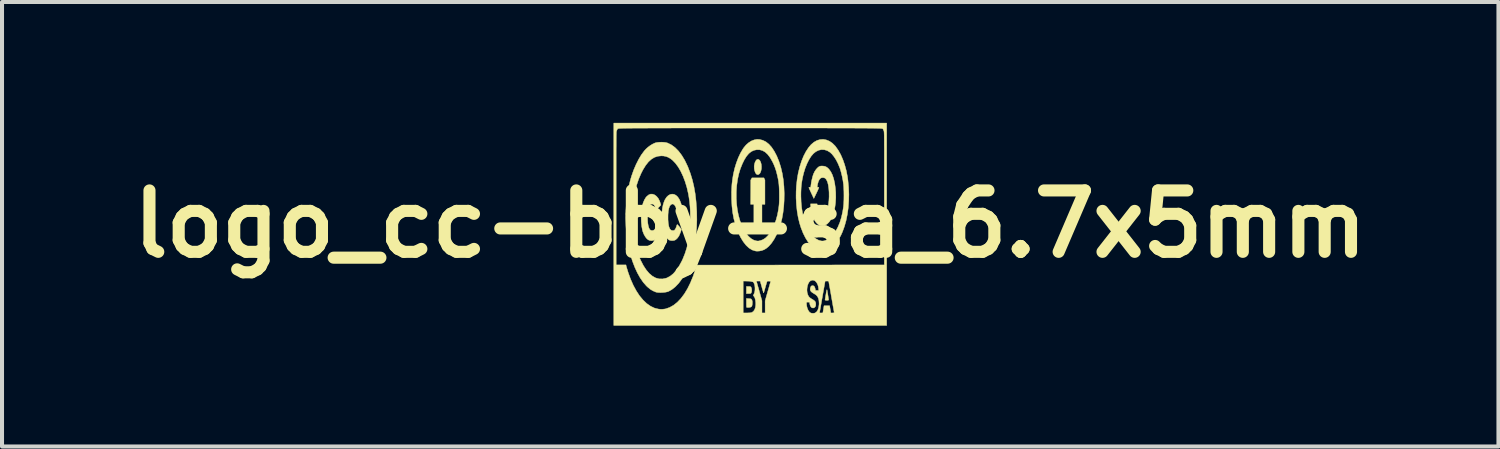
<source format=kicad_pcb>
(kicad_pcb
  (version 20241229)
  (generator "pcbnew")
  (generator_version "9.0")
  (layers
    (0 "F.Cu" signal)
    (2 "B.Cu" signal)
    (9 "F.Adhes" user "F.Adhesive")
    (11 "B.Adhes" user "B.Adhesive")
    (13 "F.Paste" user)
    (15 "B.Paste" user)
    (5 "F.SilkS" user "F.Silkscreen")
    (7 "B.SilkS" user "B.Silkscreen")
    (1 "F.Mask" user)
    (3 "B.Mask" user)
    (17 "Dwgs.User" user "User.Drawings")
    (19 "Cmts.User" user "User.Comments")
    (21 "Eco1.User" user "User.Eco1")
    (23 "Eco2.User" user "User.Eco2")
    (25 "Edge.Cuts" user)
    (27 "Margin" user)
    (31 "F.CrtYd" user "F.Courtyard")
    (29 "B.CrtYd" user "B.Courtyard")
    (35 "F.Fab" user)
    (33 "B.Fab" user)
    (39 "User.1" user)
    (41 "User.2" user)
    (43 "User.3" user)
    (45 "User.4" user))
  (footprint "logo_cc-bby-sa_6.7x5mm"
    (layer "F.Cu")
    (at 15.574 2.512)
    (property "Reference" "logo_cc-bby-sa_6.7x5mm" (at 0 0 0) (layer "F.SilkS") (effects (font (size 1.524 1.524) (thickness 0.3))))
    (attr through_hole)
    (fp_poly (pts (xy 0.352 -1.12) (xy 0.365 -1.093) (xy 0.365 -0.49) (xy 0.291 -0.49) (xy 0.291 0.178) (xy 0.09 0.178) (xy 0.09 -0.49) (xy 0.01 -0.49) (xy 0.012 -0.792) (xy 0.013 -1.094) (xy 0.028 -1.121) (xy 0.043 -1.147) (xy 0.339 -1.147) (xy 0.352 -1.12)) (stroke (width 0.01) (type solid)) (fill yes) (layer "F.SilkS"))
    (fp_poly (pts (xy -0.018 1.549) (xy -0.001 1.552) (xy 0.011 1.557) (xy 0.019 1.566) (xy 0.023 1.572) (xy 0.034 1.602) (xy 0.038 1.641) (xy 0.034 1.68) (xy 0.026 1.704) (xy 0.02 1.715) (xy 0.012 1.721) (xy -0.000166 1.725) (xy -0.019 1.726) (xy -0.04 1.727) (xy -0.095 1.727) (xy -0.095 1.549) (xy -0.043 1.549) (xy -0.018 1.549)) (stroke (width 0.01) (type solid)) (fill yes) (layer "F.SilkS"))
    (fp_poly (pts (xy 0.21 -1.603) (xy 0.237 -1.58) (xy 0.239 -1.577) (xy 0.26 -1.535) (xy 0.274 -1.484) (xy 0.279 -1.427) (xy 0.277 -1.37) (xy 0.266 -1.317) (xy 0.248 -1.272) (xy 0.236 -1.253) (xy 0.208 -1.231) (xy 0.178 -1.227) (xy 0.151 -1.241) (xy 0.128 -1.273) (xy 0.111 -1.32) (xy 0.1 -1.375) (xy 0.098 -1.432) (xy 0.1 -1.459) (xy 0.113 -1.517) (xy 0.132 -1.562) (xy 0.155 -1.593) (xy 0.182 -1.607) (xy 0.21 -1.603)) (stroke (width 0.01) (type solid)) (fill yes) (layer "F.SilkS"))
    (fp_poly (pts (xy 1.909 1.645) (xy 1.915 1.677) (xy 1.922 1.719) (xy 1.929 1.765) (xy 1.936 1.809) (xy 1.942 1.848) (xy 1.946 1.874) (xy 1.947 1.884) (xy 1.942 1.888) (xy 1.929 1.892) (xy 1.911 1.894) (xy 1.902 1.894) (xy 1.882 1.893) (xy 1.866 1.89) (xy 1.858 1.885) (xy 1.857 1.883) (xy 1.859 1.869) (xy 1.864 1.839) (xy 1.87 1.796) (xy 1.879 1.746) (xy 1.879 1.743) (xy 1.889 1.686) (xy 1.897 1.648) (xy 1.903 1.629) (xy 1.905 1.628) (xy 1.909 1.645)) (stroke (width 0.01) (type solid)) (fill yes) (layer "F.SilkS"))
    (fp_poly (pts (xy -0.035 1.851) (xy -0.008 1.853) (xy 0.01 1.856) (xy 0.022 1.86) (xy 0.03 1.867) (xy 0.037 1.878) (xy 0.04 1.882) (xy 0.048 1.903) (xy 0.052 1.926) (xy 0.052 1.96) (xy 0.052 1.965) (xy 0.049 2.003) (xy 0.043 2.031) (xy 0.032 2.05) (xy 0.013 2.061) (xy -0.013 2.068) (xy -0.033 2.07) (xy -0.056 2.071) (xy -0.075 2.07) (xy -0.088 2.068) (xy -0.091 2.066) (xy -0.093 2.052) (xy -0.094 2.02) (xy -0.095 1.978) (xy -0.095 1.952) (xy -0.095 1.847) (xy -0.035 1.851)) (stroke (width 0.01) (type solid)) (fill yes) (layer "F.SilkS"))
    (fp_poly (pts (xy -2.421 -0.743) (xy -2.373 -0.724) (xy -2.325 -0.688) (xy -2.283 -0.637) (xy -2.249 -0.571) (xy -2.227 -0.505) (xy -2.218 -0.473) (xy -2.275 -0.412) (xy -2.333 -0.35) (xy -2.35 -0.401) (xy -2.374 -0.453) (xy -2.402 -0.486) (xy -2.432 -0.498) (xy -2.443 -0.497) (xy -2.476 -0.483) (xy -2.502 -0.455) (xy -2.522 -0.411) (xy -2.536 -0.349) (xy -2.545 -0.27) (xy -2.549 -0.201) (xy -2.549 -0.108) (xy -2.543 -0.026) (xy -2.531 0.044) (xy -2.514 0.099) (xy -2.492 0.137) (xy -2.489 0.14) (xy -2.465 0.156) (xy -2.436 0.162) (xy -2.407 0.157) (xy -2.382 0.143) (xy -2.379 0.14) (xy -2.363 0.117) (xy -2.347 0.082) (xy -2.333 0.044) (xy -2.327 0.019) (xy -2.321 0.017) (xy -2.307 0.027) (xy -2.284 0.049) (xy -2.273 0.061) (xy -2.252 0.085) (xy -2.235 0.105) (xy -2.223 0.119) (xy -2.219 0.125) (xy -2.22 0.142) (xy -2.227 0.169) (xy -2.24 0.203) (xy -2.256 0.241) (xy -2.274 0.279) (xy -2.293 0.313) (xy -2.31 0.341) (xy -2.321 0.354) (xy -2.361 0.387) (xy -2.406 0.406) (xy -2.454 0.413) (xy -2.501 0.405) (xy -2.533 0.391) (xy -2.571 0.359) (xy -2.607 0.312) (xy -2.64 0.253) (xy -2.666 0.187) (xy -2.677 0.149) (xy -2.694 0.056) (xy -2.704 -0.048) (xy -2.708 -0.158) (xy -2.705 -0.267) (xy -2.695 -0.37) (xy -2.68 -0.454) (xy -2.657 -0.53) (xy -2.627 -0.601) (xy -2.592 -0.659) (xy -2.57 -0.685) (xy -2.521 -0.725) (xy -2.472 -0.744) (xy -2.421 -0.743)) (stroke (width 0.01) (type solid)) (fill yes) (layer "F.SilkS"))
    (fp_poly (pts (xy -1.891 -0.738) (xy -1.845 -0.715) (xy -1.802 -0.676) (xy -1.765 -0.622) (xy -1.762 -0.617) (xy -1.751 -0.593) (xy -1.737 -0.561) (xy -1.725 -0.529) (xy -1.715 -0.5) (xy -1.71 -0.48) (xy -1.709 -0.477) (xy -1.714 -0.47) (xy -1.726 -0.457) (xy -1.744 -0.437) (xy -1.766 -0.414) (xy -1.768 -0.412) (xy -1.792 -0.387) (xy -1.809 -0.37) (xy -1.82 -0.362) (xy -1.826 -0.361) (xy -1.83 -0.366) (xy -1.832 -0.371) (xy -1.852 -0.428) (xy -1.878 -0.47) (xy -1.907 -0.494) (xy -1.937 -0.498) (xy -1.94 -0.497) (xy -1.973 -0.479) (xy -2 -0.444) (xy -2.019 -0.393) (xy -2.033 -0.325) (xy -2.04 -0.239) (xy -2.041 -0.208) (xy -2.041 -0.109) (xy -2.035 -0.026) (xy -2.024 0.043) (xy -2.017 0.069) (xy -1.999 0.113) (xy -1.978 0.142) (xy -1.951 0.158) (xy -1.923 0.161) (xy -1.901 0.16) (xy -1.886 0.155) (xy -1.873 0.143) (xy -1.864 0.131) (xy -1.848 0.102) (xy -1.833 0.067) (xy -1.83 0.056) (xy -1.822 0.029) (xy -1.815 0.013) (xy -1.812 0.011) (xy -1.805 0.017) (xy -1.792 0.03) (xy -1.774 0.049) (xy -1.755 0.071) (xy -1.737 0.094) (xy -1.722 0.113) (xy -1.712 0.127) (xy -1.709 0.133) (xy -1.713 0.149) (xy -1.721 0.176) (xy -1.733 0.209) (xy -1.747 0.244) (xy -1.761 0.276) (xy -1.772 0.299) (xy -1.774 0.302) (xy -1.807 0.348) (xy -1.845 0.384) (xy -1.865 0.397) (xy -1.892 0.407) (xy -1.924 0.411) (xy -1.958 0.41) (xy -1.99 0.405) (xy -2.017 0.394) (xy -2.021 0.391) (xy -2.07 0.348) (xy -2.111 0.29) (xy -2.144 0.218) (xy -2.168 0.133) (xy -2.181 0.069) (xy -2.189 0.006) (xy -2.194 -0.063) (xy -2.196 -0.145) (xy -2.196 -0.171) (xy -2.192 -0.291) (xy -2.18 -0.398) (xy -2.16 -0.491) (xy -2.132 -0.573) (xy -2.114 -0.61) (xy -2.077 -0.667) (xy -2.034 -0.709) (xy -1.987 -0.735) (xy -1.939 -0.744) (xy -1.891 -0.738)) (stroke (width 0.01) (type solid)) (fill yes) (layer "F.SilkS"))
    (fp_poly (pts (xy 1.835 -1.437) (xy 1.875 -1.425) (xy 1.911 -1.403) (xy 1.947 -1.37) (xy 1.953 -1.364) (xy 2 -1.299) (xy 2.04 -1.219) (xy 2.072 -1.123) (xy 2.097 -1.013) (xy 2.114 -0.89) (xy 2.122 -0.789) (xy 2.124 -0.654) (xy 2.117 -0.527) (xy 2.101 -0.41) (xy 2.077 -0.302) (xy 2.046 -0.207) (xy 2.008 -0.124) (xy 1.964 -0.057) (xy 1.914 -0.005) (xy 1.859 0.028) (xy 1.8 0.043) (xy 1.783 0.044) (xy 1.758 0.041) (xy 1.732 0.036) (xy 1.711 0.028) (xy 1.709 0.027) (xy 1.67 -0.001) (xy 1.632 -0.041) (xy 1.599 -0.088) (xy 1.592 -0.1) (xy 1.562 -0.166) (xy 1.536 -0.248) (xy 1.516 -0.339) (xy 1.502 -0.432) (xy 1.5 -0.454) (xy 1.497 -0.501) (xy 1.66 -0.501) (xy 1.664 -0.453) (xy 1.673 -0.383) (xy 1.691 -0.328) (xy 1.717 -0.286) (xy 1.751 -0.259) (xy 1.788 -0.247) (xy 1.828 -0.251) (xy 1.862 -0.272) (xy 1.891 -0.311) (xy 1.903 -0.337) (xy 1.925 -0.404) (xy 1.942 -0.486) (xy 1.953 -0.58) (xy 1.958 -0.682) (xy 1.957 -0.788) (xy 1.95 -0.882) (xy 1.937 -0.972) (xy 1.918 -1.045) (xy 1.891 -1.101) (xy 1.871 -1.128) (xy 1.851 -1.142) (xy 1.825 -1.151) (xy 1.795 -1.153) (xy 1.767 -1.148) (xy 1.744 -1.137) (xy 1.716 -1.106) (xy 1.692 -1.057) (xy 1.674 -0.996) (xy 1.665 -0.944) (xy 1.663 -0.925) (xy 1.666 -0.916) (xy 1.677 -0.914) (xy 1.683 -0.914) (xy 1.696 -0.912) (xy 1.703 -0.907) (xy 1.704 -0.905) (xy 1.7 -0.895) (xy 1.69 -0.871) (xy 1.676 -0.838) (xy 1.657 -0.798) (xy 1.642 -0.766) (xy 1.579 -0.635) (xy 1.517 -0.766) (xy 1.497 -0.81) (xy 1.479 -0.849) (xy 1.465 -0.88) (xy 1.457 -0.899) (xy 1.455 -0.905) (xy 1.46 -0.91) (xy 1.472 -0.913) (xy 1.478 -0.914) (xy 1.501 -0.914) (xy 1.508 -0.973) (xy 1.517 -1.04) (xy 1.533 -1.114) (xy 1.551 -1.185) (xy 1.57 -1.243) (xy 1.6 -1.306) (xy 1.638 -1.361) (xy 1.681 -1.406) (xy 1.69 -1.413) (xy 1.709 -1.426) (xy 1.727 -1.434) (xy 1.746 -1.439) (xy 1.77 -1.441) (xy 1.789 -1.441) (xy 1.835 -1.437)) (stroke (width 0.01) (type solid)) (fill yes) (layer "F.SilkS"))
    (fp_poly (pts (xy 1.888 -2.089) (xy 1.964 -2.058) (xy 2.037 -2.009) (xy 2.105 -1.942) (xy 2.115 -1.93) (xy 2.183 -1.835) (xy 2.245 -1.725) (xy 2.299 -1.601) (xy 2.346 -1.466) (xy 2.385 -1.322) (xy 2.414 -1.171) (xy 2.425 -1.092) (xy 2.442 -0.916) (xy 2.449 -0.741) (xy 2.445 -0.569) (xy 2.433 -0.401) (xy 2.41 -0.239) (xy 2.379 -0.085) (xy 2.338 0.06) (xy 2.289 0.194) (xy 2.25 0.28) (xy 2.185 0.398) (xy 2.115 0.495) (xy 2.042 0.571) (xy 1.965 0.626) (xy 1.884 0.661) (xy 1.801 0.674) (xy 1.726 0.667) (xy 1.649 0.642) (xy 1.575 0.595) (xy 1.503 0.529) (xy 1.435 0.444) (xy 1.371 0.342) (xy 1.312 0.224) (xy 1.26 0.091) (xy 1.224 -0.023) (xy 1.19 -0.165) (xy 1.164 -0.317) (xy 1.147 -0.478) (xy 1.138 -0.644) (xy 1.138 -0.702) (xy 1.258 -0.702) (xy 1.263 -0.55) (xy 1.276 -0.408) (xy 1.298 -0.275) (xy 1.33 -0.147) (xy 1.371 -0.023) (xy 1.39 0.025) (xy 1.443 0.137) (xy 1.501 0.232) (xy 1.565 0.308) (xy 1.632 0.366) (xy 1.702 0.403) (xy 1.749 0.416) (xy 1.773 0.42) (xy 1.793 0.421) (xy 1.812 0.42) (xy 1.835 0.415) (xy 1.849 0.412) (xy 1.923 0.384) (xy 1.993 0.337) (xy 2.058 0.269) (xy 2.119 0.181) (xy 2.175 0.078) (xy 2.224 -0.039) (xy 2.264 -0.168) (xy 2.295 -0.307) (xy 2.314 -0.43) (xy 2.321 -0.51) (xy 2.325 -0.604) (xy 2.326 -0.705) (xy 2.325 -0.808) (xy 2.321 -0.904) (xy 2.315 -0.986) (xy 2.313 -0.997) (xy 2.301 -1.083) (xy 2.283 -1.176) (xy 2.261 -1.268) (xy 2.238 -1.351) (xy 2.224 -1.393) (xy 2.182 -1.495) (xy 2.134 -1.59) (xy 2.081 -1.672) (xy 2.027 -1.739) (xy 1.98 -1.782) (xy 1.912 -1.823) (xy 1.841 -1.845) (xy 1.769 -1.848) (xy 1.697 -1.832) (xy 1.629 -1.798) (xy 1.568 -1.749) (xy 1.512 -1.684) (xy 1.459 -1.6) (xy 1.409 -1.5) (xy 1.364 -1.389) (xy 1.327 -1.268) (xy 1.316 -1.225) (xy 1.292 -1.117) (xy 1.275 -1.013) (xy 1.264 -0.908) (xy 1.259 -0.793) (xy 1.258 -0.702) (xy 1.138 -0.702) (xy 1.139 -0.811) (xy 1.146 -0.943) (xy 1.164 -1.108) (xy 1.191 -1.267) (xy 1.228 -1.418) (xy 1.273 -1.559) (xy 1.325 -1.688) (xy 1.385 -1.803) (xy 1.45 -1.902) (xy 1.51 -1.972) (xy 1.581 -2.032) (xy 1.655 -2.074) (xy 1.732 -2.097) (xy 1.81 -2.103) (xy 1.888 -2.089)) (stroke (width 0.01) (type solid)) (fill yes) (layer "F.SilkS"))
    (fp_poly (pts (xy 0.227 -2.101) (xy 0.311 -2.08) (xy 0.39 -2.041) (xy 0.463 -1.983) (xy 0.532 -1.905) (xy 0.597 -1.807) (xy 0.658 -1.691) (xy 0.712 -1.558) (xy 0.758 -1.415) (xy 0.794 -1.262) (xy 0.821 -1.102) (xy 0.837 -0.934) (xy 0.844 -0.76) (xy 0.841 -0.581) (xy 0.833 -0.447) (xy 0.814 -0.283) (xy 0.787 -0.131) (xy 0.751 0.01) (xy 0.706 0.144) (xy 0.657 0.257) (xy 0.594 0.376) (xy 0.528 0.474) (xy 0.459 0.553) (xy 0.396 0.605) (xy 0.342 0.637) (xy 0.282 0.659) (xy 0.218 0.671) (xy 0.155 0.672) (xy 0.123 0.667) (xy 0.046 0.642) (xy -0.03 0.595) (xy -0.102 0.528) (xy -0.171 0.441) (xy -0.235 0.337) (xy -0.264 0.28) (xy -0.322 0.147) (xy -0.37 0.009) (xy -0.408 -0.135) (xy -0.436 -0.286) (xy -0.454 -0.446) (xy -0.463 -0.616) (xy -0.463 -0.639) (xy -0.346 -0.639) (xy -0.338 -0.501) (xy -0.32 -0.357) (xy -0.293 -0.219) (xy -0.257 -0.091) (xy -0.214 0.027) (xy -0.163 0.132) (xy -0.107 0.224) (xy -0.046 0.3) (xy 0.019 0.359) (xy 0.088 0.399) (xy 0.146 0.416) (xy 0.17 0.42) (xy 0.19 0.421) (xy 0.209 0.42) (xy 0.231 0.415) (xy 0.246 0.412) (xy 0.313 0.388) (xy 0.375 0.349) (xy 0.433 0.293) (xy 0.484 0.23) (xy 0.543 0.134) (xy 0.595 0.024) (xy 0.64 -0.098) (xy 0.676 -0.23) (xy 0.702 -0.37) (xy 0.71 -0.43) (xy 0.715 -0.474) (xy 0.718 -0.515) (xy 0.72 -0.561) (xy 0.722 -0.615) (xy 0.722 -0.684) (xy 0.722 -0.713) (xy 0.721 -0.82) (xy 0.717 -0.911) (xy 0.711 -0.992) (xy 0.701 -1.069) (xy 0.686 -1.147) (xy 0.672 -1.209) (xy 0.647 -1.309) (xy 0.618 -1.397) (xy 0.584 -1.482) (xy 0.551 -1.551) (xy 0.494 -1.65) (xy 0.434 -1.729) (xy 0.371 -1.787) (xy 0.304 -1.825) (xy 0.232 -1.845) (xy 0.164 -1.846) (xy 0.092 -1.831) (xy 0.026 -1.8) (xy -0.035 -1.751) (xy -0.092 -1.684) (xy -0.147 -1.596) (xy -0.196 -1.496) (xy -0.246 -1.371) (xy -0.286 -1.238) (xy -0.316 -1.096) (xy -0.336 -0.949) (xy -0.346 -0.796) (xy -0.346 -0.639) (xy -0.463 -0.639) (xy -0.464 -0.769) (xy -0.461 -0.889) (xy -0.454 -0.995) (xy -0.442 -1.096) (xy -0.426 -1.199) (xy -0.418 -1.242) (xy -0.387 -1.38) (xy -0.346 -1.514) (xy -0.298 -1.642) (xy -0.243 -1.759) (xy -0.182 -1.864) (xy -0.162 -1.893) (xy -0.106 -1.961) (xy -0.043 -2.017) (xy 0.025 -2.061) (xy 0.096 -2.089) (xy 0.167 -2.103) (xy 0.227 -2.101)) (stroke (width 0.01) (type solid)) (fill yes) (layer "F.SilkS"))
    (fp_poly (pts (xy -2.146 -2.03) (xy -2.102 -2.025) (xy -2.064 -2.016) (xy -2.051 -2.012) (xy -1.955 -1.965) (xy -1.865 -1.898) (xy -1.78 -1.812) (xy -1.7 -1.706) (xy -1.625 -1.582) (xy -1.556 -1.438) (xy -1.546 -1.414) (xy -1.487 -1.259) (xy -1.438 -1.099) (xy -1.398 -0.931) (xy -1.367 -0.754) (xy -1.345 -0.567) (xy -1.331 -0.367) (xy -1.328 -0.311) (xy -1.325 -0.104) (xy -1.332 0.098) (xy -1.349 0.294) (xy -1.376 0.483) (xy -1.412 0.663) (xy -1.457 0.834) (xy -1.511 0.994) (xy -1.574 1.143) (xy -1.617 1.228) (xy -1.694 1.358) (xy -1.776 1.469) (xy -1.862 1.559) (xy -1.951 1.629) (xy -2.031 1.673) (xy -2.06 1.682) (xy -2.097 1.69) (xy -2.139 1.696) (xy -2.184 1.7) (xy -2.229 1.701) (xy -2.271 1.7) (xy -2.308 1.696) (xy -2.338 1.69) (xy -2.342 1.689) (xy -2.415 1.658) (xy -2.482 1.618) (xy -2.547 1.564) (xy -2.577 1.536) (xy -2.656 1.446) (xy -2.731 1.337) (xy -2.801 1.213) (xy -2.865 1.074) (xy -2.923 0.923) (xy -2.973 0.763) (xy -3.014 0.597) (xy -3.045 0.434) (xy -3.07 0.243) (xy -3.085 0.048) (xy -3.09 -0.149) (xy -3.09 -0.156) (xy -2.929 -0.156) (xy -2.927 -0.051) (xy -2.923 0.048) (xy -2.917 0.134) (xy -2.916 0.143) (xy -2.893 0.318) (xy -2.861 0.485) (xy -2.819 0.642) (xy -2.768 0.79) (xy -2.719 0.902) (xy -2.652 1.031) (xy -2.581 1.139) (xy -2.507 1.226) (xy -2.429 1.292) (xy -2.348 1.337) (xy -2.264 1.36) (xy -2.177 1.362) (xy -2.087 1.343) (xy -2.067 1.336) (xy -1.988 1.294) (xy -1.911 1.232) (xy -1.838 1.149) (xy -1.767 1.045) (xy -1.699 0.92) (xy -1.674 0.867) (xy -1.62 0.732) (xy -1.574 0.588) (xy -1.539 0.434) (xy -1.512 0.271) (xy -1.495 0.097) (xy -1.487 -0.088) (xy -1.486 -0.161) (xy -1.488 -0.305) (xy -1.495 -0.435) (xy -1.506 -0.556) (xy -1.523 -0.675) (xy -1.537 -0.754) (xy -1.572 -0.907) (xy -1.616 -1.052) (xy -1.667 -1.187) (xy -1.725 -1.31) (xy -1.789 -1.419) (xy -1.858 -1.512) (xy -1.93 -1.586) (xy -1.98 -1.625) (xy -2.035 -1.657) (xy -2.09 -1.678) (xy -2.149 -1.69) (xy -2.207 -1.693) (xy -2.295 -1.684) (xy -2.377 -1.657) (xy -2.454 -1.61) (xy -2.527 -1.544) (xy -2.596 -1.457) (xy -2.662 -1.35) (xy -2.709 -1.258) (xy -2.77 -1.116) (xy -2.82 -0.968) (xy -2.861 -0.811) (xy -2.893 -0.644) (xy -2.916 -0.466) (xy -2.919 -0.439) (xy -2.925 -0.357) (xy -2.928 -0.26) (xy -2.929 -0.156) (xy -3.09 -0.156) (xy -3.086 -0.345) (xy -3.073 -0.539) (xy -3.05 -0.728) (xy -3.019 -0.91) (xy -2.978 -1.083) (xy -2.946 -1.192) (xy -2.893 -1.342) (xy -2.833 -1.482) (xy -2.768 -1.61) (xy -2.7 -1.723) (xy -2.629 -1.818) (xy -2.586 -1.865) (xy -2.537 -1.909) (xy -2.482 -1.95) (xy -2.426 -1.984) (xy -2.372 -2.01) (xy -2.367 -2.012) (xy -2.333 -2.022) (xy -2.291 -2.028) (xy -2.244 -2.032) (xy -2.195 -2.033) (xy -2.146 -2.03)) (stroke (width 0.01) (type solid)) (fill yes) (layer "F.SilkS"))
    (fp_poly (pts (xy 3.387 2.518) (xy -3.387 2.518) (xy -3.387 2.206) (xy -0.175 2.206) (xy -0.078 2.206) (xy -0.036 2.205) (xy -0.002 2.203) (xy 0.023 2.198) (xy 0.043 2.192) (xy 0.05 2.189) (xy 0.084 2.161) (xy 0.11 2.121) (xy 0.128 2.069) (xy 0.136 2.006) (xy 0.136 1.954) (xy 0.128 1.885) (xy 0.114 1.831) (xy 0.092 1.793) (xy 0.077 1.779) (xy 0.077 1.77) (xy 0.084 1.752) (xy 0.091 1.739) (xy 0.108 1.695) (xy 0.117 1.642) (xy 0.118 1.585) (xy 0.113 1.531) (xy 0.1 1.483) (xy 0.08 1.446) (xy 0.075 1.441) (xy 0.067 1.434) (xy 0.058 1.429) (xy 0.045 1.425) (xy 0.027 1.422) (xy 0.002 1.42) (xy -0.03 1.418) (xy -0.06 1.417) (xy -0.134 1.415) (xy 0.152 1.415) (xy 0.16 1.44) (xy 0.165 1.457) (xy 0.174 1.489) (xy 0.187 1.535) (xy 0.203 1.59) (xy 0.221 1.652) (xy 0.229 1.684) (xy 0.291 1.903) (xy 0.291 2.206) (xy 0.37 2.206) (xy 0.37 1.938) (xy 1.397 1.938) (xy 1.397 1.975) (xy 1.402 2.031) (xy 1.416 2.087) (xy 1.437 2.137) (xy 1.463 2.177) (xy 1.486 2.198) (xy 1.511 2.21) (xy 1.542 2.215) (xy 1.575 2.215) (xy 1.606 2.208) (xy 1.611 2.206) (xy 1.72 2.206) (xy 1.802 2.206) (xy 1.817 2.117) (xy 1.832 2.028) (xy 1.971 2.028) (xy 2.001 2.206) (xy 2.044 2.206) (xy 2.065 2.205) (xy 2.077 2.203) (xy 2.083 2.199) (xy 2.083 2.191) (xy 2.082 2.186) (xy 2.08 2.17) (xy 2.074 2.137) (xy 2.065 2.088) (xy 2.054 2.028) (xy 2.042 1.959) (xy 2.029 1.884) (xy 2.015 1.806) (xy 2.002 1.729) (xy 1.989 1.655) (xy 1.977 1.588) (xy 1.966 1.53) (xy 1.958 1.485) (xy 1.953 1.455) (xy 1.952 1.445) (xy 1.948 1.43) (xy 1.944 1.421) (xy 1.936 1.417) (xy 1.922 1.415) (xy 1.903 1.415) (xy 1.86 1.415) (xy 1.799 1.758) (xy 1.784 1.843) (xy 1.77 1.923) (xy 1.757 1.997) (xy 1.746 2.06) (xy 1.737 2.109) (xy 1.731 2.143) (xy 1.729 2.153) (xy 1.72 2.206) (xy 1.611 2.206) (xy 1.624 2.2) (xy 1.656 2.169) (xy 1.681 2.124) (xy 1.699 2.066) (xy 1.708 1.999) (xy 1.709 1.969) (xy 1.705 1.901) (xy 1.692 1.845) (xy 1.67 1.799) (xy 1.638 1.763) (xy 1.617 1.748) (xy 1.591 1.732) (xy 1.563 1.715) (xy 1.544 1.703) (xy 1.515 1.681) (xy 1.496 1.656) (xy 1.488 1.627) (xy 1.49 1.595) (xy 1.499 1.564) (xy 1.511 1.543) (xy 1.527 1.532) (xy 1.538 1.529) (xy 1.568 1.531) (xy 1.591 1.549) (xy 1.607 1.583) (xy 1.612 1.604) (xy 1.621 1.649) (xy 1.7 1.649) (xy 1.696 1.601) (xy 1.687 1.54) (xy 1.668 1.488) (xy 1.643 1.445) (xy 1.613 1.414) (xy 1.578 1.396) (xy 1.541 1.392) (xy 1.502 1.405) (xy 1.496 1.408) (xy 1.465 1.436) (xy 1.441 1.477) (xy 1.423 1.526) (xy 1.412 1.582) (xy 1.408 1.64) (xy 1.413 1.697) (xy 1.428 1.75) (xy 1.43 1.756) (xy 1.443 1.783) (xy 1.458 1.806) (xy 1.478 1.826) (xy 1.503 1.845) (xy 1.537 1.866) (xy 1.539 1.867) (xy 1.572 1.887) (xy 1.596 1.906) (xy 1.613 1.925) (xy 1.622 1.946) (xy 1.627 1.971) (xy 1.627 1.989) (xy 1.626 2.02) (xy 1.619 2.041) (xy 1.609 2.058) (xy 1.589 2.076) (xy 1.563 2.084) (xy 1.536 2.079) (xy 1.517 2.068) (xy 1.499 2.044) (xy 1.485 2.012) (xy 1.477 1.977) (xy 1.476 1.965) (xy 1.476 1.951) (xy 1.473 1.943) (xy 1.464 1.94) (xy 1.449 1.939) (xy 1.437 1.938) (xy 1.397 1.938) (xy 0.37 1.938) (xy 0.37 1.903) (xy 0.439 1.662) (xy 0.508 1.42) (xy 0.467 1.417) (xy 0.447 1.416) (xy 0.431 1.417) (xy 0.421 1.418) (xy 0.421 1.419) (xy 0.416 1.43) (xy 0.407 1.457) (xy 0.396 1.496) (xy 0.382 1.543) (xy 0.376 1.564) (xy 0.362 1.614) (xy 0.35 1.657) (xy 0.34 1.69) (xy 0.335 1.708) (xy 0.333 1.71) (xy 0.329 1.703) (xy 0.321 1.679) (xy 0.31 1.643) (xy 0.296 1.596) (xy 0.288 1.565) (xy 0.246 1.415) (xy 0.152 1.415) (xy -0.134 1.415) (xy -0.175 1.414) (xy -0.175 2.206) (xy -3.387 2.206) (xy -3.387 1.014) (xy -3.328 1.014) (xy -3.085 1.014) (xy -3.077 1.05) (xy -3.07 1.074) (xy -3.059 1.11) (xy -3.045 1.155) (xy -3.032 1.198) (xy -2.971 1.367) (xy -2.902 1.522) (xy -2.827 1.66) (xy -2.747 1.782) (xy -2.66 1.886) (xy -2.57 1.972) (xy -2.476 2.038) (xy -2.378 2.085) (xy -2.279 2.11) (xy -2.218 2.116) (xy -2.186 2.115) (xy -2.152 2.112) (xy -2.12 2.108) (xy -2.102 2.105) (xy -2.001 2.07) (xy -1.903 2.015) (xy -1.809 1.94) (xy -1.72 1.846) (xy -1.635 1.733) (xy -1.556 1.602) (xy -1.483 1.454) (xy -1.416 1.29) (xy -1.357 1.11) (xy -1.356 1.108) (xy -1.33 1.019) (xy 0.999 1.017) (xy 3.328 1.014) (xy 3.328 -0.627) (xy 3.328 -0.851) (xy 3.328 -1.053) (xy 3.328 -1.236) (xy 3.328 -1.399) (xy 3.328 -1.545) (xy 3.328 -1.673) (xy 3.328 -1.786) (xy 3.328 -1.885) (xy 3.327 -1.969) (xy 3.327 -2.041) (xy 3.327 -2.101) (xy 3.326 -2.151) (xy 3.326 -2.192) (xy 3.325 -2.225) (xy 3.324 -2.25) (xy 3.323 -2.269) (xy 3.322 -2.283) (xy 3.321 -2.294) (xy 3.32 -2.301) (xy 3.319 -2.305) (xy 3.308 -2.336) (xy 3.293 -2.362) (xy 3.291 -2.364) (xy 3.29 -2.365) (xy 3.288 -2.366) (xy 3.285 -2.368) (xy 3.281 -2.369) (xy 3.276 -2.37) (xy 3.269 -2.371) (xy 3.261 -2.372) (xy 3.25 -2.373) (xy 3.237 -2.374) (xy 3.222 -2.375) (xy 3.204 -2.376) (xy 3.182 -2.376) (xy 3.158 -2.377) (xy 3.13 -2.378) (xy 3.098 -2.378) (xy 3.062 -2.379) (xy 3.022 -2.38) (xy 2.977 -2.38) (xy 2.928 -2.38) (xy 2.874 -2.381) (xy 2.814 -2.381) (xy 2.749 -2.382) (xy 2.678 -2.382) (xy 2.601 -2.382) (xy 2.518 -2.383) (xy 2.429 -2.383) (xy 2.332 -2.383) (xy 2.229 -2.383) (xy 2.119 -2.383) (xy 2.001 -2.383) (xy 1.875 -2.384) (xy 1.741 -2.384) (xy 1.599 -2.384) (xy 1.449 -2.384) (xy 1.29 -2.384) (xy 1.122 -2.384) (xy 0.945 -2.384) (xy 0.758 -2.384) (xy 0.562 -2.384) (xy 0.356 -2.384) (xy 0.14 -2.384) (xy 0 -2.384) (xy -0.223 -2.384) (xy -0.435 -2.384) (xy -0.638 -2.384) (xy -0.83 -2.384) (xy -1.013 -2.384) (xy -1.187 -2.384) (xy -1.352 -2.384) (xy -1.507 -2.384) (xy -1.654 -2.384) (xy -1.793 -2.384) (xy -1.924 -2.384) (xy -2.046 -2.383) (xy -2.161 -2.383) (xy -2.269 -2.383) (xy -2.37 -2.383) (xy -2.463 -2.383) (xy -2.55 -2.382) (xy -2.631 -2.382) (xy -2.706 -2.382) (xy -2.774 -2.382) (xy -2.837 -2.381) (xy -2.895 -2.381) (xy -2.947 -2.38) (xy -2.995 -2.38) (xy -3.038 -2.379) (xy -3.076 -2.379) (xy -3.11 -2.378) (xy -3.141 -2.378) (xy -3.167 -2.377) (xy -3.191 -2.376) (xy -3.211 -2.375) (xy -3.228 -2.374) (xy -3.242 -2.374) (xy -3.254 -2.373) (xy -3.264 -2.372) (xy -3.272 -2.371) (xy -3.278 -2.369) (xy -3.283 -2.368) (xy -3.286 -2.367) (xy -3.289 -2.366) (xy -3.291 -2.364) (xy -3.291 -2.364) (xy -3.306 -2.34) (xy -3.318 -2.308) (xy -3.319 -2.305) (xy -3.32 -2.299) (xy -3.322 -2.291) (xy -3.323 -2.279) (xy -3.324 -2.263) (xy -3.324 -2.242) (xy -3.325 -2.215) (xy -3.326 -2.18) (xy -3.326 -2.136) (xy -3.327 -2.083) (xy -3.327 -2.019) (xy -3.327 -1.943) (xy -3.328 -1.854) (xy -3.328 -1.751) (xy -3.328 -1.633) (xy -3.328 -1.499) (xy -3.328 -1.347) (xy -3.328 -1.178) (xy -3.328 -0.989) (xy -3.328 -0.779) (xy -3.328 -0.627) (xy -3.328 1.014) (xy -3.387 1.014) (xy -3.387 -2.507) (xy 3.387 -2.507) (xy 3.387 2.518)) (stroke (width 0.01) (type solid)) (fill yes) (layer "F.SilkS")))
  (gr_rect
    (start -3 -3)
    (end 34.148 8.034)
    (stroke (width 0.1) (type default))
    (fill no)
    (layer "Edge.Cuts")))
</source>
